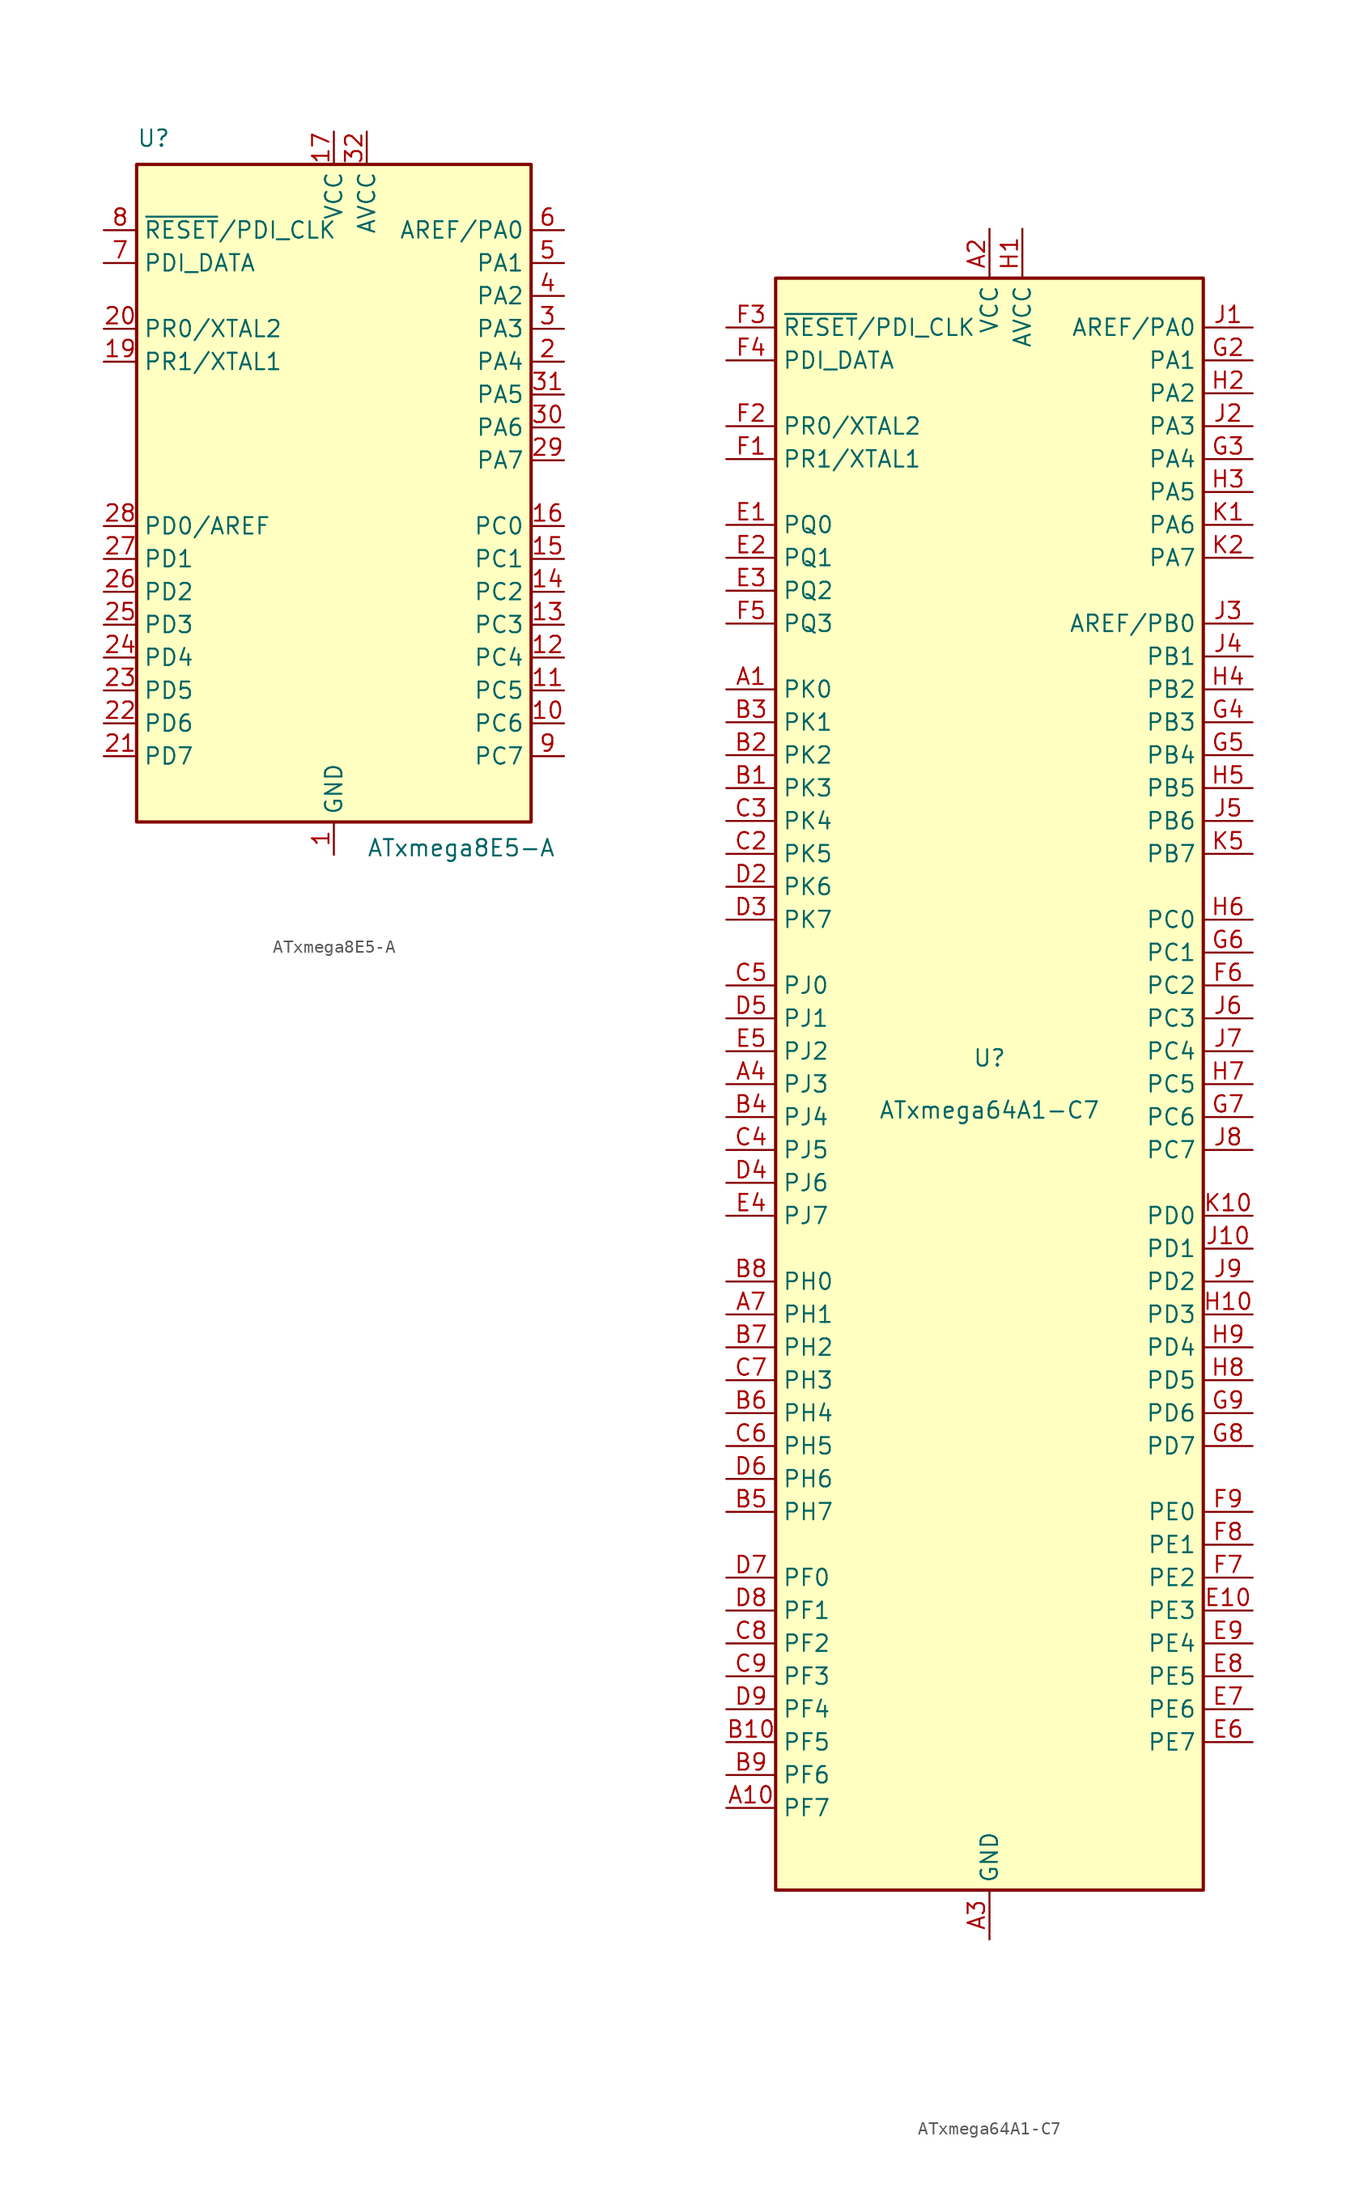
<source format=kicad_sym>
(kicad_symbol_lib
  (version 20201005)
  (generator kicad_symbol_editor)
  (symbol "MCU_Microchip_ATmega:ATxmega8E5-A"
    (property "Reference" "U"
      (at -15.24 26.67 0)
      (effects (font (size 1.27 1.27)) (justify left bottom)))
    (property "Value" "ATxmega8E5-A"
      (at 2.54 -26.67 0)
      (effects (font (size 1.27 1.27)) (justify left top)))
    (symbol "ATxmega8E5-A_0_1"
      (rectangle (start -15.24 -25.4) (end 15.24 25.4) (stroke (width 0.254)) (fill (type background))))
    (symbol "ATxmega8E5-A_1_1"
      (pin power_in line (at 0 -27.94 90) (length 2.54) (name "GND" (effects (font (size 1.27 1.27)))) (number "1" (effects (font (size 1.27 1.27)))))
      (pin bidirectional line (at 17.78 -17.78 180) (length 2.54) (name "PC6" (effects (font (size 1.27 1.27)))) (number "10" (effects (font (size 1.27 1.27)))))
      (pin bidirectional line (at 17.78 -15.24 180) (length 2.54) (name "PC5" (effects (font (size 1.27 1.27)))) (number "11" (effects (font (size 1.27 1.27)))))
      (pin bidirectional line (at 17.78 -12.7 180) (length 2.54) (name "PC4" (effects (font (size 1.27 1.27)))) (number "12" (effects (font (size 1.27 1.27)))))
      (pin bidirectional line (at 17.78 -10.16 180) (length 2.54) (name "PC3" (effects (font (size 1.27 1.27)))) (number "13" (effects (font (size 1.27 1.27)))))
      (pin bidirectional line (at 17.78 -7.62 180) (length 2.54) (name "PC2" (effects (font (size 1.27 1.27)))) (number "14" (effects (font (size 1.27 1.27)))))
      (pin bidirectional line (at 17.78 -5.08 180) (length 2.54) (name "PC1" (effects (font (size 1.27 1.27)))) (number "15" (effects (font (size 1.27 1.27)))))
      (pin bidirectional line (at 17.78 -2.54 180) (length 2.54) (name "PC0" (effects (font (size 1.27 1.27)))) (number "16" (effects (font (size 1.27 1.27)))))
      (pin power_in line (at 0 27.94 270) (length 2.54) (name "VCC" (effects (font (size 1.27 1.27)))) (number "17" (effects (font (size 1.27 1.27)))))
      (pin passive line (at 0 -27.94 90) (length 2.54) hide (name "GND" (effects (font (size 1.27 1.27)))) (number "18" (effects (font (size 1.27 1.27)))))
      (pin bidirectional line (at -17.78 10.16 0) (length 2.54) (name "PR1/XTAL1" (effects (font (size 1.27 1.27)))) (number "19" (effects (font (size 1.27 1.27)))))
      (pin bidirectional line (at 17.78 10.16 180) (length 2.54) (name "PA4" (effects (font (size 1.27 1.27)))) (number "2" (effects (font (size 1.27 1.27)))))
      (pin bidirectional line (at -17.78 12.7 0) (length 2.54) (name "PR0/XTAL2" (effects (font (size 1.27 1.27)))) (number "20" (effects (font (size 1.27 1.27)))))
      (pin bidirectional line (at -17.78 -20.32 0) (length 2.54) (name "PD7" (effects (font (size 1.27 1.27)))) (number "21" (effects (font (size 1.27 1.27)))))
      (pin bidirectional line (at -17.78 -17.78 0) (length 2.54) (name "PD6" (effects (font (size 1.27 1.27)))) (number "22" (effects (font (size 1.27 1.27)))))
      (pin bidirectional line (at -17.78 -15.24 0) (length 2.54) (name "PD5" (effects (font (size 1.27 1.27)))) (number "23" (effects (font (size 1.27 1.27)))))
      (pin bidirectional line (at -17.78 -12.7 0) (length 2.54) (name "PD4" (effects (font (size 1.27 1.27)))) (number "24" (effects (font (size 1.27 1.27)))))
      (pin bidirectional line (at -17.78 -10.16 0) (length 2.54) (name "PD3" (effects (font (size 1.27 1.27)))) (number "25" (effects (font (size 1.27 1.27)))))
      (pin bidirectional line (at -17.78 -7.62 0) (length 2.54) (name "PD2" (effects (font (size 1.27 1.27)))) (number "26" (effects (font (size 1.27 1.27)))))
      (pin bidirectional line (at -17.78 -5.08 0) (length 2.54) (name "PD1" (effects (font (size 1.27 1.27)))) (number "27" (effects (font (size 1.27 1.27)))))
      (pin bidirectional line (at -17.78 -2.54 0) (length 2.54) (name "PD0/AREF" (effects (font (size 1.27 1.27)))) (number "28" (effects (font (size 1.27 1.27)))))
      (pin bidirectional line (at 17.78 2.54 180) (length 2.54) (name "PA7" (effects (font (size 1.27 1.27)))) (number "29" (effects (font (size 1.27 1.27)))))
      (pin bidirectional line (at 17.78 12.7 180) (length 2.54) (name "PA3" (effects (font (size 1.27 1.27)))) (number "3" (effects (font (size 1.27 1.27)))))
      (pin bidirectional line (at 17.78 5.08 180) (length 2.54) (name "PA6" (effects (font (size 1.27 1.27)))) (number "30" (effects (font (size 1.27 1.27)))))
      (pin bidirectional line (at 17.78 7.62 180) (length 2.54) (name "PA5" (effects (font (size 1.27 1.27)))) (number "31" (effects (font (size 1.27 1.27)))))
      (pin power_in line (at 2.54 27.94 270) (length 2.54) (name "AVCC" (effects (font (size 1.27 1.27)))) (number "32" (effects (font (size 1.27 1.27)))))
      (pin bidirectional line (at 17.78 15.24 180) (length 2.54) (name "PA2" (effects (font (size 1.27 1.27)))) (number "4" (effects (font (size 1.27 1.27)))))
      (pin bidirectional line (at 17.78 17.78 180) (length 2.54) (name "PA1" (effects (font (size 1.27 1.27)))) (number "5" (effects (font (size 1.27 1.27)))))
      (pin bidirectional line (at 17.78 20.32 180) (length 2.54) (name "AREF/PA0" (effects (font (size 1.27 1.27)))) (number "6" (effects (font (size 1.27 1.27)))))
      (pin bidirectional line (at -17.78 17.78 0) (length 2.54) (name "PDI_DATA" (effects (font (size 1.27 1.27)))) (number "7" (effects (font (size 1.27 1.27)))))
      (pin input line (at -17.78 20.32 0) (length 2.54) (name "~RESET~/PDI_CLK" (effects (font (size 1.27 1.27)))) (number "8" (effects (font (size 1.27 1.27)))))
      (pin bidirectional line (at 17.78 -20.32 180) (length 2.54) (name "PC7" (effects (font (size 1.27 1.27)))) (number "9" (effects (font (size 1.27 1.27)))))))
  (symbol "MCU_Microchip_ATmega:ATxmega64A1-C7"
    (property "Reference" "U"
      (at 0 1.27 0)
      (effects (font (size 1.27 1.27)) (justify bottom)))
    (property "Value" "ATxmega64A1-C7"
      (at 0 -1.27 0)
      (effects (font (size 1.27 1.27)) (justify top)))
    (symbol "ATxmega64A1-C7_0_1"
      (rectangle (start -16.51 -62.23) (end 16.51 62.23) (stroke (width 0.254)) (fill (type background))))
    (symbol "ATxmega64A1-C7_1_1"
      (pin bidirectional line (at -20.32 30.48 0) (length 3.81) (name "PK0" (effects (font (size 1.27 1.27)))) (number "A1" (effects (font (size 1.27 1.27)))))
      (pin bidirectional line (at -20.32 -55.88 0) (length 3.81) (name "PF7" (effects (font (size 1.27 1.27)))) (number "A10" (effects (font (size 1.27 1.27)))))
      (pin power_in line (at 0 66.04 270) (length 3.81) (name "VCC" (effects (font (size 1.27 1.27)))) (number "A2" (effects (font (size 1.27 1.27)))))
      (pin power_in line (at 0 -66.04 90) (length 3.81) (name "GND" (effects (font (size 1.27 1.27)))) (number "A3" (effects (font (size 1.27 1.27)))))
      (pin bidirectional line (at -20.32 0 0) (length 3.81) (name "PJ3" (effects (font (size 1.27 1.27)))) (number "A4" (effects (font (size 1.27 1.27)))))
      (pin passive line (at 0 66.04 270) (length 3.81) hide (name "VCC" (effects (font (size 1.27 1.27)))) (number "A5" (effects (font (size 1.27 1.27)))))
      (pin passive line (at 0 -66.04 90) (length 3.81) hide (name "GND" (effects (font (size 1.27 1.27)))) (number "A6" (effects (font (size 1.27 1.27)))))
      (pin bidirectional line (at -20.32 -17.78 0) (length 3.81) (name "PH1" (effects (font (size 1.27 1.27)))) (number "A7" (effects (font (size 1.27 1.27)))))
      (pin passive line (at 0 -66.04 90) (length 3.81) hide (name "GND" (effects (font (size 1.27 1.27)))) (number "A8" (effects (font (size 1.27 1.27)))))
      (pin passive line (at 0 66.04 270) (length 3.81) hide (name "VCC" (effects (font (size 1.27 1.27)))) (number "A9" (effects (font (size 1.27 1.27)))))
      (pin bidirectional line (at -20.32 22.86 0) (length 3.81) (name "PK3" (effects (font (size 1.27 1.27)))) (number "B1" (effects (font (size 1.27 1.27)))))
      (pin bidirectional line (at -20.32 -50.8 0) (length 3.81) (name "PF5" (effects (font (size 1.27 1.27)))) (number "B10" (effects (font (size 1.27 1.27)))))
      (pin bidirectional line (at -20.32 25.4 0) (length 3.81) (name "PK2" (effects (font (size 1.27 1.27)))) (number "B2" (effects (font (size 1.27 1.27)))))
      (pin bidirectional line (at -20.32 27.94 0) (length 3.81) (name "PK1" (effects (font (size 1.27 1.27)))) (number "B3" (effects (font (size 1.27 1.27)))))
      (pin bidirectional line (at -20.32 -2.54 0) (length 3.81) (name "PJ4" (effects (font (size 1.27 1.27)))) (number "B4" (effects (font (size 1.27 1.27)))))
      (pin bidirectional line (at -20.32 -33.02 0) (length 3.81) (name "PH7" (effects (font (size 1.27 1.27)))) (number "B5" (effects (font (size 1.27 1.27)))))
      (pin bidirectional line (at -20.32 -25.4 0) (length 3.81) (name "PH4" (effects (font (size 1.27 1.27)))) (number "B6" (effects (font (size 1.27 1.27)))))
      (pin bidirectional line (at -20.32 -20.32 0) (length 3.81) (name "PH2" (effects (font (size 1.27 1.27)))) (number "B7" (effects (font (size 1.27 1.27)))))
      (pin bidirectional line (at -20.32 -15.24 0) (length 3.81) (name "PH0" (effects (font (size 1.27 1.27)))) (number "B8" (effects (font (size 1.27 1.27)))))
      (pin bidirectional line (at -20.32 -53.34 0) (length 3.81) (name "PF6" (effects (font (size 1.27 1.27)))) (number "B9" (effects (font (size 1.27 1.27)))))
      (pin passive line (at 0 66.04 270) (length 3.81) hide (name "VCC" (effects (font (size 1.27 1.27)))) (number "C1" (effects (font (size 1.27 1.27)))))
      (pin passive line (at 0 66.04 270) (length 3.81) hide (name "VCC" (effects (font (size 1.27 1.27)))) (number "C10" (effects (font (size 1.27 1.27)))))
      (pin bidirectional line (at -20.32 17.78 0) (length 3.81) (name "PK5" (effects (font (size 1.27 1.27)))) (number "C2" (effects (font (size 1.27 1.27)))))
      (pin bidirectional line (at -20.32 20.32 0) (length 3.81) (name "PK4" (effects (font (size 1.27 1.27)))) (number "C3" (effects (font (size 1.27 1.27)))))
      (pin bidirectional line (at -20.32 -5.08 0) (length 3.81) (name "PJ5" (effects (font (size 1.27 1.27)))) (number "C4" (effects (font (size 1.27 1.27)))))
      (pin bidirectional line (at -20.32 7.62 0) (length 3.81) (name "PJ0" (effects (font (size 1.27 1.27)))) (number "C5" (effects (font (size 1.27 1.27)))))
      (pin bidirectional line (at -20.32 -27.94 0) (length 3.81) (name "PH5" (effects (font (size 1.27 1.27)))) (number "C6" (effects (font (size 1.27 1.27)))))
      (pin bidirectional line (at -20.32 -22.86 0) (length 3.81) (name "PH3" (effects (font (size 1.27 1.27)))) (number "C7" (effects (font (size 1.27 1.27)))))
      (pin bidirectional line (at -20.32 -43.18 0) (length 3.81) (name "PF2" (effects (font (size 1.27 1.27)))) (number "C8" (effects (font (size 1.27 1.27)))))
      (pin bidirectional line (at -20.32 -45.72 0) (length 3.81) (name "PF3" (effects (font (size 1.27 1.27)))) (number "C9" (effects (font (size 1.27 1.27)))))
      (pin passive line (at 0 -66.04 90) (length 3.81) hide (name "GND" (effects (font (size 1.27 1.27)))) (number "D1" (effects (font (size 1.27 1.27)))))
      (pin passive line (at 0 -66.04 90) (length 3.81) hide (name "GND" (effects (font (size 1.27 1.27)))) (number "D10" (effects (font (size 1.27 1.27)))))
      (pin bidirectional line (at -20.32 15.24 0) (length 3.81) (name "PK6" (effects (font (size 1.27 1.27)))) (number "D2" (effects (font (size 1.27 1.27)))))
      (pin bidirectional line (at -20.32 12.7 0) (length 3.81) (name "PK7" (effects (font (size 1.27 1.27)))) (number "D3" (effects (font (size 1.27 1.27)))))
      (pin bidirectional line (at -20.32 -7.62 0) (length 3.81) (name "PJ6" (effects (font (size 1.27 1.27)))) (number "D4" (effects (font (size 1.27 1.27)))))
      (pin bidirectional line (at -20.32 5.08 0) (length 3.81) (name "PJ1" (effects (font (size 1.27 1.27)))) (number "D5" (effects (font (size 1.27 1.27)))))
      (pin bidirectional line (at -20.32 -30.48 0) (length 3.81) (name "PH6" (effects (font (size 1.27 1.27)))) (number "D6" (effects (font (size 1.27 1.27)))))
      (pin bidirectional line (at -20.32 -38.1 0) (length 3.81) (name "PF0" (effects (font (size 1.27 1.27)))) (number "D7" (effects (font (size 1.27 1.27)))))
      (pin bidirectional line (at -20.32 -40.64 0) (length 3.81) (name "PF1" (effects (font (size 1.27 1.27)))) (number "D8" (effects (font (size 1.27 1.27)))))
      (pin bidirectional line (at -20.32 -48.26 0) (length 3.81) (name "PF4" (effects (font (size 1.27 1.27)))) (number "D9" (effects (font (size 1.27 1.27)))))
      (pin bidirectional line (at -20.32 43.18 0) (length 3.81) (name "PQ0" (effects (font (size 1.27 1.27)))) (number "E1" (effects (font (size 1.27 1.27)))))
      (pin bidirectional line (at 20.32 -40.64 180) (length 3.81) (name "PE3" (effects (font (size 1.27 1.27)))) (number "E10" (effects (font (size 1.27 1.27)))))
      (pin bidirectional line (at -20.32 40.64 0) (length 3.81) (name "PQ1" (effects (font (size 1.27 1.27)))) (number "E2" (effects (font (size 1.27 1.27)))))
      (pin bidirectional line (at -20.32 38.1 0) (length 3.81) (name "PQ2" (effects (font (size 1.27 1.27)))) (number "E3" (effects (font (size 1.27 1.27)))))
      (pin bidirectional line (at -20.32 -10.16 0) (length 3.81) (name "PJ7" (effects (font (size 1.27 1.27)))) (number "E4" (effects (font (size 1.27 1.27)))))
      (pin bidirectional line (at -20.32 2.54 0) (length 3.81) (name "PJ2" (effects (font (size 1.27 1.27)))) (number "E5" (effects (font (size 1.27 1.27)))))
      (pin bidirectional line (at 20.32 -50.8 180) (length 3.81) (name "PE7" (effects (font (size 1.27 1.27)))) (number "E6" (effects (font (size 1.27 1.27)))))
      (pin bidirectional line (at 20.32 -48.26 180) (length 3.81) (name "PE6" (effects (font (size 1.27 1.27)))) (number "E7" (effects (font (size 1.27 1.27)))))
      (pin bidirectional line (at 20.32 -45.72 180) (length 3.81) (name "PE5" (effects (font (size 1.27 1.27)))) (number "E8" (effects (font (size 1.27 1.27)))))
      (pin bidirectional line (at 20.32 -43.18 180) (length 3.81) (name "PE4" (effects (font (size 1.27 1.27)))) (number "E9" (effects (font (size 1.27 1.27)))))
      (pin bidirectional line (at -20.32 48.26 0) (length 3.81) (name "PR1/XTAL1" (effects (font (size 1.27 1.27)))) (number "F1" (effects (font (size 1.27 1.27)))))
      (pin passive line (at 0 66.04 270) (length 3.81) hide (name "VCC" (effects (font (size 1.27 1.27)))) (number "F10" (effects (font (size 1.27 1.27)))))
      (pin bidirectional line (at -20.32 50.8 0) (length 3.81) (name "PR0/XTAL2" (effects (font (size 1.27 1.27)))) (number "F2" (effects (font (size 1.27 1.27)))))
      (pin input line (at -20.32 58.42 0) (length 3.81) (name "~RESET~/PDI_CLK" (effects (font (size 1.27 1.27)))) (number "F3" (effects (font (size 1.27 1.27)))))
      (pin bidirectional line (at -20.32 55.88 0) (length 3.81) (name "PDI_DATA" (effects (font (size 1.27 1.27)))) (number "F4" (effects (font (size 1.27 1.27)))))
      (pin bidirectional line (at -20.32 35.56 0) (length 3.81) (name "PQ3" (effects (font (size 1.27 1.27)))) (number "F5" (effects (font (size 1.27 1.27)))))
      (pin bidirectional line (at 20.32 7.62 180) (length 3.81) (name "PC2" (effects (font (size 1.27 1.27)))) (number "F6" (effects (font (size 1.27 1.27)))))
      (pin bidirectional line (at 20.32 -38.1 180) (length 3.81) (name "PE2" (effects (font (size 1.27 1.27)))) (number "F7" (effects (font (size 1.27 1.27)))))
      (pin bidirectional line (at 20.32 -35.56 180) (length 3.81) (name "PE1" (effects (font (size 1.27 1.27)))) (number "F8" (effects (font (size 1.27 1.27)))))
      (pin bidirectional line (at 20.32 -33.02 180) (length 3.81) (name "PE0" (effects (font (size 1.27 1.27)))) (number "F9" (effects (font (size 1.27 1.27)))))
      (pin passive line (at 0 -66.04 90) (length 3.81) hide (name "GND" (effects (font (size 1.27 1.27)))) (number "G1" (effects (font (size 1.27 1.27)))))
      (pin passive line (at 0 -66.04 90) (length 3.81) hide (name "GND" (effects (font (size 1.27 1.27)))) (number "G10" (effects (font (size 1.27 1.27)))))
      (pin bidirectional line (at 20.32 55.88 180) (length 3.81) (name "PA1" (effects (font (size 1.27 1.27)))) (number "G2" (effects (font (size 1.27 1.27)))))
      (pin bidirectional line (at 20.32 48.26 180) (length 3.81) (name "PA4" (effects (font (size 1.27 1.27)))) (number "G3" (effects (font (size 1.27 1.27)))))
      (pin bidirectional line (at 20.32 27.94 180) (length 3.81) (name "PB3" (effects (font (size 1.27 1.27)))) (number "G4" (effects (font (size 1.27 1.27)))))
      (pin bidirectional line (at 20.32 25.4 180) (length 3.81) (name "PB4" (effects (font (size 1.27 1.27)))) (number "G5" (effects (font (size 1.27 1.27)))))
      (pin bidirectional line (at 20.32 10.16 180) (length 3.81) (name "PC1" (effects (font (size 1.27 1.27)))) (number "G6" (effects (font (size 1.27 1.27)))))
      (pin bidirectional line (at 20.32 -2.54 180) (length 3.81) (name "PC6" (effects (font (size 1.27 1.27)))) (number "G7" (effects (font (size 1.27 1.27)))))
      (pin bidirectional line (at 20.32 -27.94 180) (length 3.81) (name "PD7" (effects (font (size 1.27 1.27)))) (number "G8" (effects (font (size 1.27 1.27)))))
      (pin bidirectional line (at 20.32 -25.4 180) (length 3.81) (name "PD6" (effects (font (size 1.27 1.27)))) (number "G9" (effects (font (size 1.27 1.27)))))
      (pin power_in line (at 2.54 66.04 270) (length 3.81) (name "AVCC" (effects (font (size 1.27 1.27)))) (number "H1" (effects (font (size 1.27 1.27)))))
      (pin bidirectional line (at 20.32 -17.78 180) (length 3.81) (name "PD3" (effects (font (size 1.27 1.27)))) (number "H10" (effects (font (size 1.27 1.27)))))
      (pin bidirectional line (at 20.32 53.34 180) (length 3.81) (name "PA2" (effects (font (size 1.27 1.27)))) (number "H2" (effects (font (size 1.27 1.27)))))
      (pin bidirectional line (at 20.32 45.72 180) (length 3.81) (name "PA5" (effects (font (size 1.27 1.27)))) (number "H3" (effects (font (size 1.27 1.27)))))
      (pin bidirectional line (at 20.32 30.48 180) (length 3.81) (name "PB2" (effects (font (size 1.27 1.27)))) (number "H4" (effects (font (size 1.27 1.27)))))
      (pin bidirectional line (at 20.32 22.86 180) (length 3.81) (name "PB5" (effects (font (size 1.27 1.27)))) (number "H5" (effects (font (size 1.27 1.27)))))
      (pin bidirectional line (at 20.32 12.7 180) (length 3.81) (name "PC0" (effects (font (size 1.27 1.27)))) (number "H6" (effects (font (size 1.27 1.27)))))
      (pin bidirectional line (at 20.32 0 180) (length 3.81) (name "PC5" (effects (font (size 1.27 1.27)))) (number "H7" (effects (font (size 1.27 1.27)))))
      (pin bidirectional line (at 20.32 -22.86 180) (length 3.81) (name "PD5" (effects (font (size 1.27 1.27)))) (number "H8" (effects (font (size 1.27 1.27)))))
      (pin bidirectional line (at 20.32 -20.32 180) (length 3.81) (name "PD4" (effects (font (size 1.27 1.27)))) (number "H9" (effects (font (size 1.27 1.27)))))
      (pin bidirectional line (at 20.32 58.42 180) (length 3.81) (name "AREF/PA0" (effects (font (size 1.27 1.27)))) (number "J1" (effects (font (size 1.27 1.27)))))
      (pin bidirectional line (at 20.32 -12.7 180) (length 3.81) (name "PD1" (effects (font (size 1.27 1.27)))) (number "J10" (effects (font (size 1.27 1.27)))))
      (pin bidirectional line (at 20.32 50.8 180) (length 3.81) (name "PA3" (effects (font (size 1.27 1.27)))) (number "J2" (effects (font (size 1.27 1.27)))))
      (pin bidirectional line (at 20.32 35.56 180) (length 3.81) (name "AREF/PB0" (effects (font (size 1.27 1.27)))) (number "J3" (effects (font (size 1.27 1.27)))))
      (pin bidirectional line (at 20.32 33.02 180) (length 3.81) (name "PB1" (effects (font (size 1.27 1.27)))) (number "J4" (effects (font (size 1.27 1.27)))))
      (pin bidirectional line (at 20.32 20.32 180) (length 3.81) (name "PB6" (effects (font (size 1.27 1.27)))) (number "J5" (effects (font (size 1.27 1.27)))))
      (pin bidirectional line (at 20.32 5.08 180) (length 3.81) (name "PC3" (effects (font (size 1.27 1.27)))) (number "J6" (effects (font (size 1.27 1.27)))))
      (pin bidirectional line (at 20.32 2.54 180) (length 3.81) (name "PC4" (effects (font (size 1.27 1.27)))) (number "J7" (effects (font (size 1.27 1.27)))))
      (pin bidirectional line (at 20.32 -5.08 180) (length 3.81) (name "PC7" (effects (font (size 1.27 1.27)))) (number "J8" (effects (font (size 1.27 1.27)))))
      (pin bidirectional line (at 20.32 -15.24 180) (length 3.81) (name "PD2" (effects (font (size 1.27 1.27)))) (number "J9" (effects (font (size 1.27 1.27)))))
      (pin bidirectional line (at 20.32 43.18 180) (length 3.81) (name "PA6" (effects (font (size 1.27 1.27)))) (number "K1" (effects (font (size 1.27 1.27)))))
      (pin bidirectional line (at 20.32 -10.16 180) (length 3.81) (name "PD0" (effects (font (size 1.27 1.27)))) (number "K10" (effects (font (size 1.27 1.27)))))
      (pin bidirectional line (at 20.32 40.64 180) (length 3.81) (name "PA7" (effects (font (size 1.27 1.27)))) (number "K2" (effects (font (size 1.27 1.27)))))
      (pin passive line (at 0 -66.04 90) (length 3.81) hide (name "GND" (effects (font (size 1.27 1.27)))) (number "K3" (effects (font (size 1.27 1.27)))))
      (pin passive line (at 2.54 66.04 270) (length 3.81) hide (name "AVCC" (effects (font (size 1.27 1.27)))) (number "K4" (effects (font (size 1.27 1.27)))))
      (pin bidirectional line (at 20.32 17.78 180) (length 3.81) (name "PB7" (effects (font (size 1.27 1.27)))) (number "K5" (effects (font (size 1.27 1.27)))))
      (pin passive line (at 0 66.04 270) (length 3.81) hide (name "VCC" (effects (font (size 1.27 1.27)))) (number "K6" (effects (font (size 1.27 1.27)))))
      (pin passive line (at 0 -66.04 90) (length 3.81) hide (name "GND" (effects (font (size 1.27 1.27)))) (number "K7" (effects (font (size 1.27 1.27)))))
      (pin passive line (at 0 66.04 270) (length 3.81) hide (name "VCC" (effects (font (size 1.27 1.27)))) (number "K8" (effects (font (size 1.27 1.27)))))
      (pin passive line (at 0 -66.04 90) (length 3.81) hide (name "GND" (effects (font (size 1.27 1.27)))) (number "K9" (effects (font (size 1.27 1.27))))))))
</source>
